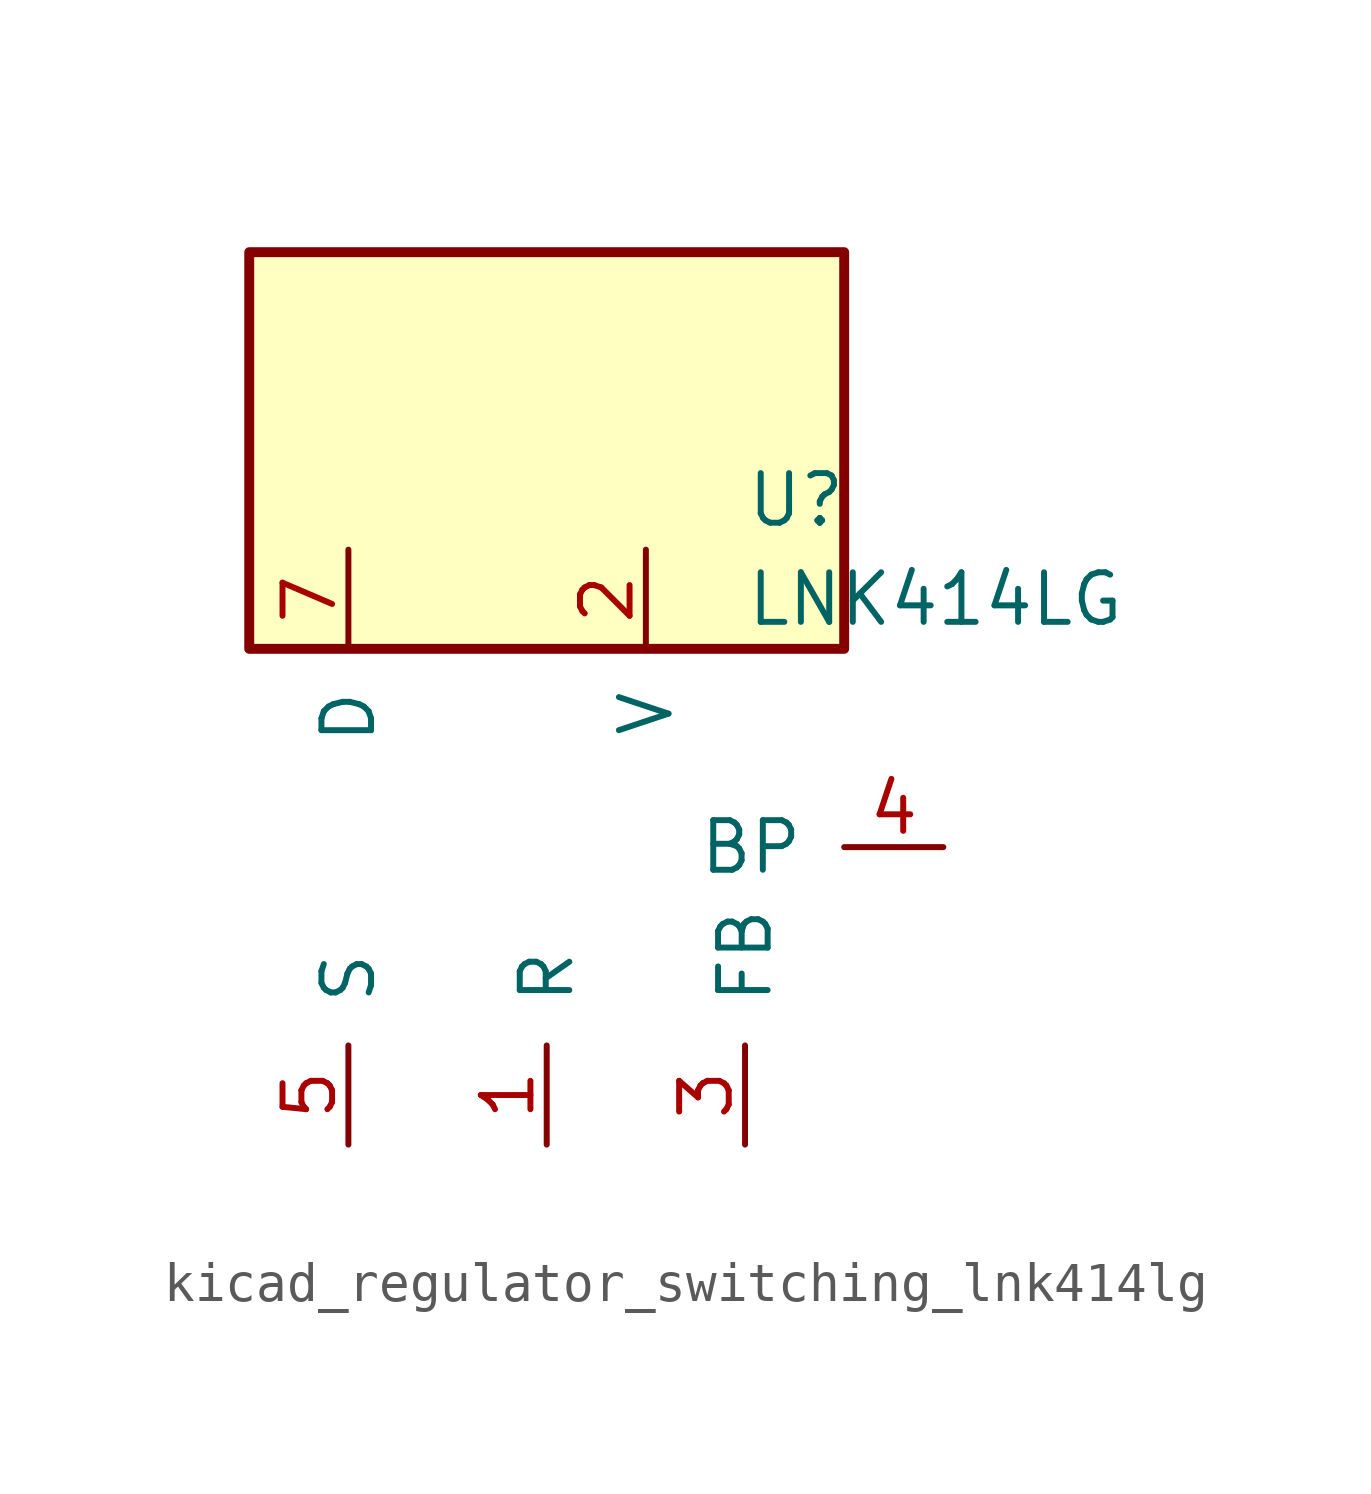
<source format=kicad_sym>
(kicad_symbol_lib
  (version 20220914)
  (generator kicad_symbol_editor)
  (symbol "kicad_regulator_switching_lnk414lg"
    (pin_names
      (offset 1.016))
    (property "Reference" "U"
      (at 5.08 8.89 0)
      (effects (font (size 1.27 1.27)) (justify left)))
    (property "Value" "LNK414LG"
      (at 5.08 6.35 0)
      (effects (font (size 1.27 1.27)) (justify left)))
    (symbol "kicad_regulator_switching_lnk414lg_0_1"
      (rectangle (start 7.62 15.24) (end -7.62 5.08) (stroke (width 0.254) (type default)) (fill (type background))))
    (symbol "kicad_regulator_switching_lnk414lg_1_1"
      (pin input line (at 0 -7.62 90) (length 2.54) (name "R" (effects (font (size 1.27 1.27)))) (number "1" (effects (font (size 1.27 1.27)))))
      (pin input line (at 2.54 7.62 270) (length 2.54) (name "V" (effects (font (size 1.27 1.27)))) (number "2" (effects (font (size 1.27 1.27)))))
      (pin input line (at 5.08 -7.62 90) (length 2.54) (name "FB" (effects (font (size 1.27 1.27)))) (number "3" (effects (font (size 1.27 1.27)))))
      (pin input line (at 10.16 0 180) (length 2.54) (name "BP" (effects (font (size 1.27 1.27)))) (number "4" (effects (font (size 1.27 1.27)))))
      (pin power_in line (at -5.08 -7.62 90) (length 2.54) (name "S" (effects (font (size 1.27 1.27)))) (number "5" (effects (font (size 1.27 1.27)))))
      (pin open_collector line (at -5.08 7.62 270) (length 2.54) (name "D" (effects (font (size 1.27 1.27)))) (number "7" (effects (font (size 1.27 1.27))))))))
</source>
